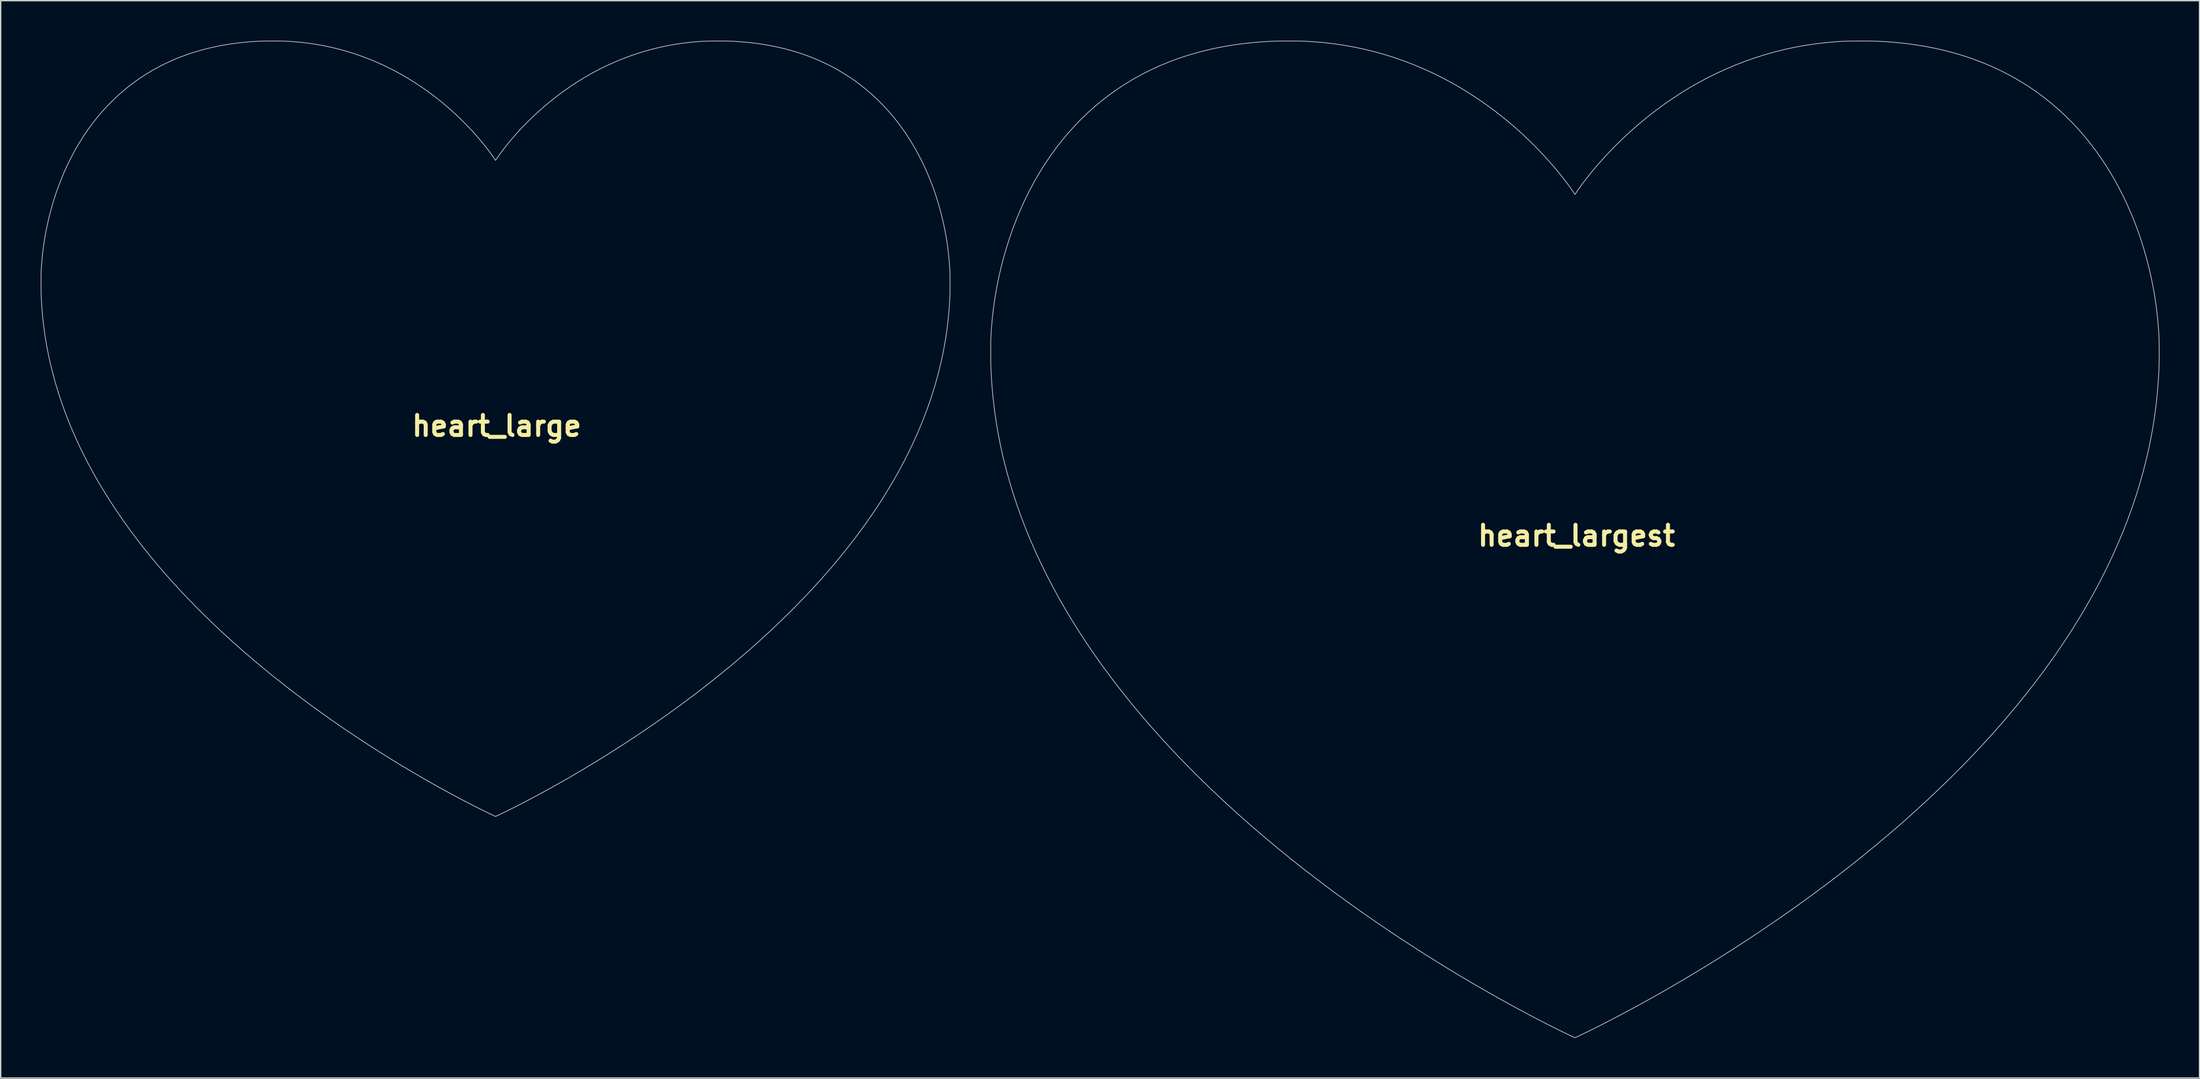
<source format=kicad_pcb>
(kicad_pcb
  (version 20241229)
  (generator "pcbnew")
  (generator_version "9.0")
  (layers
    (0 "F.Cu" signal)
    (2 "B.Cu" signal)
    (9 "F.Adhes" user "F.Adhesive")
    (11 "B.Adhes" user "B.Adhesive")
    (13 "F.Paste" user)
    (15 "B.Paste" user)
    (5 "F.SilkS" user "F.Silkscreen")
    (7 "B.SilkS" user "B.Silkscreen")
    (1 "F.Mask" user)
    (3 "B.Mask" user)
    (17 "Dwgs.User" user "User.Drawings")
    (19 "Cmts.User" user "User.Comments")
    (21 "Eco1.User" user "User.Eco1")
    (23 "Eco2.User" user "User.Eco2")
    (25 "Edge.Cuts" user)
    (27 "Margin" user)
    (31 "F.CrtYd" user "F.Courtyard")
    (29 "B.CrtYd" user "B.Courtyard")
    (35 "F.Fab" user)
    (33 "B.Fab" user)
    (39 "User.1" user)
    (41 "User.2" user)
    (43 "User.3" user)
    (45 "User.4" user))
  (footprint "heart_largest"
    (layer "F.Cu")
    (at 115.092 37.106)
    (property "Reference" "heart_largest" (at 0 0 0) (layer "F.SilkS") (effects (font (size 1.5 1.5) (thickness 0.3))))
    (attr board_only exclude_from_pos_files exclude_from_bom)
    (fp_poly (pts (xy 21.536 -37.08) (xy 21.723 -37.08) (xy 21.89 -37.079) (xy 22.042 -37.078) (xy 22.18 -37.076) (xy 22.309 -37.074) (xy 22.431 -37.07) (xy 22.549 -37.066) (xy 22.665 -37.062) (xy 22.784 -37.056) (xy 22.909 -37.049) (xy 23.041 -37.041) (xy 23.184 -37.032) (xy 23.218 -37.03) (xy 23.997 -36.968) (xy 24.763 -36.886) (xy 25.516 -36.782) (xy 26.255 -36.658) (xy 26.982 -36.512) (xy 27.695 -36.346) (xy 28.395 -36.159) (xy 29.081 -35.951) (xy 29.754 -35.723) (xy 30.413 -35.473) (xy 31.059 -35.203) (xy 31.692 -34.912) (xy 32.31 -34.6) (xy 32.785 -34.342) (xy 33.378 -33.994) (xy 33.957 -33.625) (xy 34.521 -33.237) (xy 35.07 -32.829) (xy 35.605 -32.4) (xy 36.125 -31.952) (xy 36.63 -31.484) (xy 37.12 -30.997) (xy 37.595 -30.49) (xy 38.054 -29.965) (xy 38.498 -29.42) (xy 38.926 -28.856) (xy 39.338 -28.273) (xy 39.734 -27.672) (xy 40.002 -27.24) (xy 40.346 -26.65) (xy 40.677 -26.04) (xy 40.994 -25.413) (xy 41.296 -24.772) (xy 41.582 -24.118) (xy 41.85 -23.455) (xy 42.1 -22.783) (xy 42.331 -22.107) (xy 42.512 -21.527) (xy 42.724 -20.783) (xy 42.914 -20.044) (xy 43.082 -19.309) (xy 43.229 -18.572) (xy 43.355 -17.833) (xy 43.461 -17.088) (xy 43.548 -16.334) (xy 43.615 -15.568) (xy 43.654 -14.988) (xy 43.657 -14.911) (xy 43.66 -14.813) (xy 43.663 -14.695) (xy 43.665 -14.56) (xy 43.667 -14.412) (xy 43.668 -14.252) (xy 43.669 -14.084) (xy 43.67 -13.91) (xy 43.67 -13.733) (xy 43.67 -13.556) (xy 43.669 -13.382) (xy 43.668 -13.212) (xy 43.666 -13.051) (xy 43.664 -12.9) (xy 43.662 -12.763) (xy 43.659 -12.642) (xy 43.656 -12.54) (xy 43.654 -12.482) (xy 43.615 -11.788) (xy 43.567 -11.113) (xy 43.508 -10.453) (xy 43.438 -9.805) (xy 43.357 -9.166) (xy 43.263 -8.531) (xy 43.158 -7.897) (xy 43.039 -7.261) (xy 42.91 -6.627) (xy 42.703 -5.716) (xy 42.471 -4.807) (xy 42.215 -3.897) (xy 41.934 -2.989) (xy 41.628 -2.082) (xy 41.298 -1.176) (xy 40.944 -0.272) (xy 40.565 0.63) (xy 40.163 1.531) (xy 39.736 2.429) (xy 39.286 3.324) (xy 38.811 4.217) (xy 38.519 4.743) (xy 37.996 5.651) (xy 37.447 6.556) (xy 36.874 7.459) (xy 36.277 8.359) (xy 35.655 9.257) (xy 35.009 10.152) (xy 34.338 11.044) (xy 33.643 11.933) (xy 32.925 12.819) (xy 32.182 13.702) (xy 31.415 14.582) (xy 30.624 15.458) (xy 29.81 16.332) (xy 28.972 17.201) (xy 28.11 18.067) (xy 27.225 18.93) (xy 26.317 19.788) (xy 25.385 20.643) (xy 24.43 21.494) (xy 23.451 22.341) (xy 22.45 23.184) (xy 21.425 24.023) (xy 20.378 24.857) (xy 19.743 25.352) (xy 18.661 26.177) (xy 17.556 26.997) (xy 16.431 27.809) (xy 15.287 28.614) (xy 14.126 29.409) (xy 12.95 30.194) (xy 11.76 30.968) (xy 10.56 31.728) (xy 9.35 32.475) (xy 8.133 33.206) (xy 6.91 33.921) (xy 5.683 34.618) (xy 4.455 35.296) (xy 3.226 35.954) (xy 2 36.592) (xy 1.79 36.698) (xy 1.663 36.763) (xy 1.529 36.83) (xy 1.389 36.9) (xy 1.247 36.971) (xy 1.102 37.042) (xy 0.958 37.113) (xy 0.815 37.183) (xy 0.677 37.25) (xy 0.543 37.315) (xy 0.417 37.375) (xy 0.3 37.431) (xy 0.194 37.482) (xy 0.101 37.525) (xy 0.021 37.562) (xy -0.042 37.59) (xy -0.087 37.61) (xy -0.112 37.619) (xy -0.117 37.62) (xy -0.132 37.615) (xy -0.165 37.6) (xy -0.215 37.578) (xy -0.276 37.55) (xy -0.346 37.517) (xy -0.373 37.504) (xy -0.97 37.217) (xy -1.583 36.915) (xy -2.212 36.598) (xy -2.854 36.268) (xy -3.507 35.925) (xy -4.17 35.572) (xy -4.841 35.208) (xy -5.518 34.835) (xy -6.199 34.453) (xy -6.883 34.064) (xy -7.567 33.669) (xy -8.25 33.269) (xy -8.93 32.864) (xy -9.604 32.456) (xy -9.977 32.228) (xy -11.197 31.469) (xy -12.399 30.7) (xy -13.584 29.923) (xy -14.751 29.136) (xy -15.9 28.342) (xy -17.03 27.54) (xy -18.141 26.73) (xy -19.233 25.913) (xy -20.305 25.089) (xy -21.357 24.258) (xy -22.387 23.421) (xy -23.397 22.578) (xy -24.385 21.729) (xy -25.351 20.875) (xy -26.295 20.016) (xy -27.216 19.153) (xy -28.114 18.285) (xy -28.988 17.413) (xy -29.839 16.537) (xy -30.311 16.038) (xy -31.108 15.174) (xy -31.882 14.306) (xy -32.632 13.436) (xy -33.359 12.563) (xy -34.062 11.687) (xy -34.741 10.808) (xy -35.397 9.927) (xy -36.028 9.044) (xy -36.636 8.158) (xy -37.22 7.27) (xy -37.779 6.381) (xy -38.314 5.489) (xy -38.825 4.596) (xy -39.311 3.701) (xy -39.773 2.805) (xy -40.211 1.907) (xy -40.624 1.008) (xy -41.012 0.108) (xy -41.236 -0.441) (xy -41.587 -1.349) (xy -41.912 -2.256) (xy -42.213 -3.163) (xy -42.489 -4.071) (xy -42.741 -4.979) (xy -42.968 -5.888) (xy -43.17 -6.797) (xy -43.347 -7.708) (xy -43.5 -8.62) (xy -43.628 -9.533) (xy -43.732 -10.447) (xy -43.812 -11.363) (xy -43.843 -11.842) (xy -43.853 -12.007) (xy -43.861 -12.157) (xy -43.868 -12.298) (xy -43.874 -12.431) (xy -43.879 -12.56) (xy -43.883 -12.69) (xy -43.887 -12.822) (xy -43.889 -12.961) (xy -43.891 -13.109) (xy -43.892 -13.27) (xy -43.893 -13.448) (xy -43.893 -13.646) (xy -43.893 -13.757) (xy -43.893 -13.957) (xy -43.893 -14.136) (xy -43.892 -14.295) (xy -43.891 -14.439) (xy -43.889 -14.569) (xy -43.887 -14.69) (xy -43.884 -14.803) (xy -43.88 -14.912) (xy -43.875 -15.02) (xy -43.869 -15.13) (xy -43.862 -15.244) (xy -43.854 -15.366) (xy -43.845 -15.498) (xy -43.843 -15.528) (xy -43.777 -16.299) (xy -43.689 -17.068) (xy -43.579 -17.836) (xy -43.447 -18.6) (xy -43.294 -19.36) (xy -43.121 -20.114) (xy -42.926 -20.861) (xy -42.712 -21.6) (xy -42.478 -22.331) (xy -42.225 -23.051) (xy -41.953 -23.759) (xy -41.662 -24.454) (xy -41.353 -25.136) (xy -41.025 -25.803) (xy -40.68 -26.453) (xy -40.519 -26.741) (xy -40.147 -27.369) (xy -39.76 -27.979) (xy -39.356 -28.57) (xy -38.936 -29.143) (xy -38.5 -29.696) (xy -38.049 -30.231) (xy -37.582 -30.747) (xy -37.1 -31.244) (xy -36.603 -31.721) (xy -36.09 -32.179) (xy -35.563 -32.617) (xy -35.021 -33.035) (xy -34.464 -33.434) (xy -33.893 -33.812) (xy -33.307 -34.17) (xy -33.009 -34.342) (xy -32.401 -34.67) (xy -31.779 -34.977) (xy -31.144 -35.263) (xy -30.495 -35.529) (xy -29.833 -35.774) (xy -29.157 -35.998) (xy -28.468 -36.201) (xy -27.765 -36.384) (xy -27.049 -36.546) (xy -26.32 -36.686) (xy -25.577 -36.806) (xy -24.822 -36.905) (xy -24.053 -36.983) (xy -23.442 -37.03) (xy -23.296 -37.039) (xy -23.161 -37.047) (xy -23.036 -37.054) (xy -22.916 -37.06) (xy -22.799 -37.065) (xy -22.681 -37.07) (xy -22.561 -37.073) (xy -22.434 -37.076) (xy -22.298 -37.078) (xy -22.149 -37.079) (xy -21.986 -37.08) (xy -21.804 -37.08) (xy -21.601 -37.081) (xy -21.552 -37.081) (xy -21.35 -37.08) (xy -21.171 -37.08) (xy -21.01 -37.079) (xy -20.865 -37.078) (xy -20.734 -37.077) (xy -20.614 -37.074) (xy -20.5 -37.072) (xy -20.392 -37.068) (xy -20.285 -37.064) (xy -20.177 -37.058) (xy -20.065 -37.052) (xy -19.946 -37.045) (xy -19.817 -37.036) (xy -19.724 -37.03) (xy -18.94 -36.964) (xy -18.161 -36.873) (xy -17.388 -36.758) (xy -16.62 -36.62) (xy -15.859 -36.457) (xy -15.103 -36.27) (xy -14.354 -36.06) (xy -13.612 -35.826) (xy -12.877 -35.568) (xy -12.149 -35.287) (xy -11.428 -34.982) (xy -10.715 -34.655) (xy -10.009 -34.304) (xy -9.312 -33.929) (xy -8.623 -33.532) (xy -7.943 -33.112) (xy -7.272 -32.669) (xy -6.609 -32.204) (xy -5.956 -31.715) (xy -5.313 -31.205) (xy -5.287 -31.183) (xy -4.71 -30.697) (xy -4.14 -30.189) (xy -3.58 -29.663) (xy -3.033 -29.122) (xy -2.503 -28.568) (xy -1.992 -28.005) (xy -1.578 -27.526) (xy -1.413 -27.327) (xy -1.246 -27.123) (xy -1.081 -26.915) (xy -0.919 -26.707) (xy -0.763 -26.502) (xy -0.614 -26.302) (xy -0.475 -26.111) (xy -0.347 -25.93) (xy -0.233 -25.764) (xy -0.18 -25.683) (xy -0.152 -25.641) (xy -0.13 -25.608) (xy -0.115 -25.589) (xy -0.112 -25.587) (xy -0.103 -25.597) (xy -0.084 -25.623) (xy -0.058 -25.66) (xy -0.044 -25.683) (xy 0.062 -25.841) (xy 0.182 -26.015) (xy 0.316 -26.201) (xy 0.46 -26.397) (xy 0.613 -26.599) (xy 0.772 -26.806) (xy 0.936 -27.014) (xy 1.102 -27.221) (xy 1.268 -27.423) (xy 1.354 -27.526) (xy 1.868 -28.119) (xy 2.4 -28.698) (xy 2.948 -29.263) (xy 3.513 -29.813) (xy 4.092 -30.347) (xy 4.685 -30.865) (xy 5.29 -31.365) (xy 5.908 -31.848) (xy 6.536 -32.311) (xy 7.173 -32.754) (xy 7.82 -33.177) (xy 8.473 -33.578) (xy 9.134 -33.957) (xy 9.8 -34.313) (xy 10.47 -34.645) (xy 10.481 -34.651) (xy 11.204 -34.981) (xy 11.93 -35.288) (xy 12.659 -35.569) (xy 13.393 -35.827) (xy 14.13 -36.06) (xy 14.873 -36.269) (xy 15.62 -36.455) (xy 16.374 -36.616) (xy 17.134 -36.754) (xy 17.901 -36.868) (xy 18.675 -36.959) (xy 18.898 -36.98) (xy 19.094 -36.998) (xy 19.277 -37.014) (xy 19.449 -37.028) (xy 19.614 -37.039) (xy 19.775 -37.049) (xy 19.935 -37.058) (xy 20.097 -37.064) (xy 20.265 -37.07) (xy 20.441 -37.074) (xy 20.629 -37.077) (xy 20.832 -37.079) (xy 21.053 -37.08) (xy 21.296 -37.081) (xy 21.328 -37.081)) (stroke (width 0.05) (type solid)) (fill no) (layer "Edge.Cuts")))
  (footprint "heart_large"
    (layer "F.Cu")
    (at 34.174 28.873)
    (property "Reference" "heart_large" (at 0 0 0) (layer "F.SilkS") (effects (font (size 1.5 1.5) (thickness 0.3))))
    (attr board_only exclude_from_pos_files exclude_from_bom)
    (fp_poly (pts (xy 16.755 -28.848) (xy 16.9 -28.848) (xy 17.03 -28.847) (xy 17.148 -28.846) (xy 17.256 -28.845) (xy 17.356 -28.843) (xy 17.451 -28.84) (xy 17.542 -28.837) (xy 17.633 -28.834) (xy 17.726 -28.829) (xy 17.823 -28.824) (xy 17.925 -28.818) (xy 18.037 -28.811) (xy 18.063 -28.809) (xy 18.669 -28.761) (xy 19.265 -28.697) (xy 19.851 -28.616) (xy 20.426 -28.519) (xy 20.992 -28.406) (xy 21.546 -28.277) (xy 22.091 -28.131) (xy 22.625 -27.97) (xy 23.148 -27.792) (xy 23.661 -27.598) (xy 24.164 -27.388) (xy 24.656 -27.161) (xy 25.137 -26.919) (xy 25.506 -26.717) (xy 25.968 -26.447) (xy 26.418 -26.16) (xy 26.857 -25.858) (xy 27.284 -25.54) (xy 27.7 -25.207) (xy 28.105 -24.858) (xy 28.498 -24.494) (xy 28.879 -24.115) (xy 29.248 -23.721) (xy 29.606 -23.312) (xy 29.951 -22.888) (xy 30.284 -22.45) (xy 30.605 -21.996) (xy 30.913 -21.529) (xy 31.121 -21.192) (xy 31.389 -20.733) (xy 31.647 -20.259) (xy 31.893 -19.771) (xy 32.128 -19.272) (xy 32.35 -18.764) (xy 32.559 -18.247) (xy 32.754 -17.725) (xy 32.933 -17.199) (xy 33.074 -16.748) (xy 33.239 -16.169) (xy 33.386 -15.594) (xy 33.517 -15.022) (xy 33.632 -14.449) (xy 33.73 -13.874) (xy 33.812 -13.294) (xy 33.88 -12.708) (xy 33.932 -12.112) (xy 33.962 -11.66) (xy 33.965 -11.601) (xy 33.967 -11.524) (xy 33.969 -11.432) (xy 33.971 -11.328) (xy 33.972 -11.212) (xy 33.973 -11.088) (xy 33.974 -10.957) (xy 33.975 -10.822) (xy 33.975 -10.684) (xy 33.974 -10.547) (xy 33.974 -10.411) (xy 33.973 -10.279) (xy 33.972 -10.154) (xy 33.97 -10.036) (xy 33.969 -9.93) (xy 33.966 -9.835) (xy 33.964 -9.756) (xy 33.962 -9.711) (xy 33.932 -9.171) (xy 33.895 -8.645) (xy 33.849 -8.132) (xy 33.794 -7.628) (xy 33.731 -7.131) (xy 33.658 -6.637) (xy 33.576 -6.144) (xy 33.484 -5.649) (xy 33.383 -5.155) (xy 33.222 -4.447) (xy 33.042 -3.739) (xy 32.843 -3.032) (xy 32.624 -2.326) (xy 32.386 -1.62) (xy 32.13 -0.915) (xy 31.854 -0.212) (xy 31.56 0.49) (xy 31.246 1.191) (xy 30.914 1.889) (xy 30.564 2.586) (xy 30.195 3.281) (xy 29.968 3.69) (xy 29.56 4.396) (xy 29.134 5.101) (xy 28.688 5.803) (xy 28.223 6.503) (xy 27.739 7.202) (xy 27.236 7.898) (xy 26.715 8.592) (xy 26.174 9.284) (xy 25.615 9.973) (xy 25.037 10.66) (xy 24.441 11.345) (xy 23.825 12.026) (xy 23.192 12.706) (xy 22.54 13.382) (xy 21.87 14.056) (xy 21.181 14.727) (xy 20.474 15.395) (xy 19.749 16.06) (xy 19.006 16.722) (xy 18.245 17.381) (xy 17.466 18.037) (xy 16.669 18.689) (xy 15.854 19.338) (xy 15.36 19.723) (xy 14.518 20.365) (xy 13.659 21.003) (xy 12.783 21.635) (xy 11.893 22.261) (xy 10.99 22.88) (xy 10.075 23.491) (xy 9.149 24.093) (xy 8.215 24.684) (xy 7.274 25.265) (xy 6.327 25.834) (xy 5.376 26.39) (xy 4.421 26.932) (xy 3.466 27.46) (xy 2.51 27.972) (xy 1.556 28.468) (xy 1.393 28.551) (xy 1.294 28.601) (xy 1.189 28.654) (xy 1.081 28.708) (xy 0.97 28.763) (xy 0.857 28.818) (xy 0.745 28.874) (xy 0.634 28.928) (xy 0.526 28.98) (xy 0.423 29.03) (xy 0.325 29.078) (xy 0.234 29.121) (xy 0.151 29.16) (xy 0.078 29.194) (xy 0.017 29.223) (xy -0.032 29.245) (xy -0.068 29.26) (xy -0.087 29.268) (xy -0.091 29.268) (xy -0.102 29.264) (xy -0.129 29.253) (xy -0.167 29.235) (xy -0.215 29.213) (xy -0.269 29.188) (xy -0.29 29.178) (xy -0.754 28.954) (xy -1.232 28.719) (xy -1.721 28.473) (xy -2.22 28.216) (xy -2.728 27.95) (xy -3.244 27.674) (xy -3.766 27.391) (xy -4.293 27.101) (xy -4.823 26.804) (xy -5.355 26.502) (xy -5.887 26.194) (xy -6.418 25.883) (xy -6.947 25.568) (xy -7.472 25.251) (xy -7.762 25.073) (xy -8.711 24.482) (xy -9.646 23.884) (xy -10.568 23.279) (xy -11.476 22.668) (xy -12.37 22.05) (xy -13.249 21.426) (xy -14.114 20.796) (xy -14.963 20.16) (xy -15.797 19.519) (xy -16.615 18.872) (xy -17.417 18.221) (xy -18.203 17.565) (xy -18.971 16.905) (xy -19.723 16.241) (xy -20.457 15.572) (xy -21.174 14.901) (xy -21.873 14.225) (xy -22.553 13.547) (xy -23.214 12.866) (xy -23.582 12.478) (xy -24.202 11.805) (xy -24.804 11.13) (xy -25.388 10.453) (xy -25.953 9.774) (xy -26.5 9.092) (xy -27.028 8.409) (xy -27.538 7.723) (xy -28.03 7.036) (xy -28.502 6.347) (xy -28.956 5.656) (xy -29.392 4.964) (xy -29.808 4.271) (xy -30.205 3.576) (xy -30.584 2.879) (xy -30.943 2.182) (xy -31.284 1.484) (xy -31.605 0.784) (xy -31.907 0.084) (xy -32.081 -0.343) (xy -32.354 -1.049) (xy -32.607 -1.755) (xy -32.841 -2.461) (xy -33.056 -3.167) (xy -33.252 -3.874) (xy -33.428 -4.581) (xy -33.586 -5.288) (xy -33.724 -5.997) (xy -33.843 -6.706) (xy -33.942 -7.416) (xy -34.023 -8.128) (xy -34.085 -8.84) (xy -34.11 -9.213) (xy -34.117 -9.341) (xy -34.124 -9.458) (xy -34.129 -9.567) (xy -34.134 -9.671) (xy -34.138 -9.772) (xy -34.141 -9.872) (xy -34.143 -9.975) (xy -34.145 -10.083) (xy -34.147 -10.199) (xy -34.148 -10.324) (xy -34.148 -10.462) (xy -34.149 -10.616) (xy -34.149 -10.703) (xy -34.149 -10.859) (xy -34.148 -10.997) (xy -34.148 -11.122) (xy -34.147 -11.233) (xy -34.145 -11.335) (xy -34.143 -11.428) (xy -34.141 -11.517) (xy -34.138 -11.601) (xy -34.134 -11.685) (xy -34.13 -11.771) (xy -34.124 -11.86) (xy -34.118 -11.954) (xy -34.111 -12.057) (xy -34.109 -12.081) (xy -34.058 -12.68) (xy -33.989 -13.279) (xy -33.904 -13.876) (xy -33.801 -14.47) (xy -33.682 -15.062) (xy -33.547 -15.648) (xy -33.396 -16.23) (xy -33.23 -16.805) (xy -33.048 -17.373) (xy -32.851 -17.933) (xy -32.639 -18.484) (xy -32.413 -19.025) (xy -32.172 -19.556) (xy -31.917 -20.074) (xy -31.649 -20.58) (xy -31.523 -20.804) (xy -31.234 -21.293) (xy -30.933 -21.767) (xy -30.618 -22.227) (xy -30.292 -22.673) (xy -29.953 -23.104) (xy -29.602 -23.52) (xy -29.239 -23.921) (xy -28.863 -24.307) (xy -28.476 -24.679) (xy -28.078 -25.035) (xy -27.668 -25.376) (xy -27.246 -25.701) (xy -26.813 -26.011) (xy -26.368 -26.306) (xy -25.912 -26.584) (xy -25.681 -26.717) (xy -25.208 -26.973) (xy -24.724 -27.212) (xy -24.23 -27.435) (xy -23.725 -27.641) (xy -23.21 -27.832) (xy -22.684 -28.006) (xy -22.148 -28.164) (xy -21.601 -28.306) (xy -21.044 -28.432) (xy -20.477 -28.542) (xy -19.899 -28.635) (xy -19.311 -28.712) (xy -18.713 -28.773) (xy -18.238 -28.809) (xy -18.124 -28.816) (xy -18.019 -28.823) (xy -17.922 -28.828) (xy -17.828 -28.833) (xy -17.737 -28.837) (xy -17.646 -28.84) (xy -17.552 -28.842) (xy -17.453 -28.844) (xy -17.347 -28.846) (xy -17.232 -28.847) (xy -17.105 -28.848) (xy -16.963 -28.848) (xy -16.805 -28.848) (xy -16.767 -28.848) (xy -16.61 -28.848) (xy -16.471 -28.848) (xy -16.346 -28.847) (xy -16.233 -28.846) (xy -16.131 -28.845) (xy -16.037 -28.844) (xy -15.949 -28.841) (xy -15.864 -28.839) (xy -15.781 -28.835) (xy -15.697 -28.831) (xy -15.61 -28.826) (xy -15.517 -28.82) (xy -15.417 -28.814) (xy -15.345 -28.809) (xy -14.735 -28.757) (xy -14.129 -28.687) (xy -13.528 -28.598) (xy -12.931 -28.49) (xy -12.338 -28.363) (xy -11.75 -28.218) (xy -11.168 -28.054) (xy -10.59 -27.872) (xy -10.018 -27.672) (xy -9.452 -27.453) (xy -8.891 -27.216) (xy -8.336 -26.961) (xy -7.787 -26.688) (xy -7.245 -26.397) (xy -6.709 -26.088) (xy -6.18 -25.761) (xy -5.657 -25.416) (xy -5.142 -25.054) (xy -4.634 -24.674) (xy -4.133 -24.277) (xy -4.113 -24.26) (xy -3.664 -23.882) (xy -3.221 -23.487) (xy -2.785 -23.078) (xy -2.36 -22.657) (xy -1.947 -22.226) (xy -1.549 -21.788) (xy -1.228 -21.415) (xy -1.099 -21.26) (xy -0.97 -21.101) (xy -0.841 -20.94) (xy -0.715 -20.778) (xy -0.593 -20.618) (xy -0.478 -20.463) (xy -0.369 -20.314) (xy -0.27 -20.174) (xy -0.182 -20.044) (xy -0.14 -19.981) (xy -0.119 -19.948) (xy -0.101 -19.923) (xy -0.09 -19.908) (xy -0.087 -19.906) (xy -0.08 -19.914) (xy -0.065 -19.934) (xy -0.045 -19.963) (xy -0.034 -19.981) (xy 0.048 -20.104) (xy 0.142 -20.239) (xy 0.246 -20.384) (xy 0.358 -20.536) (xy 0.477 -20.694) (xy 0.601 -20.855) (xy 0.728 -21.017) (xy 0.857 -21.177) (xy 0.986 -21.335) (xy 1.053 -21.415) (xy 1.453 -21.876) (xy 1.867 -22.327) (xy 2.294 -22.766) (xy 2.733 -23.194) (xy 3.183 -23.61) (xy 3.645 -24.013) (xy 4.116 -24.402) (xy 4.596 -24.777) (xy 5.085 -25.137) (xy 5.581 -25.482) (xy 6.084 -25.811) (xy 6.592 -26.123) (xy 7.106 -26.418) (xy 7.624 -26.695) (xy 8.146 -26.954) (xy 8.154 -26.958) (xy 8.717 -27.215) (xy 9.281 -27.453) (xy 9.849 -27.673) (xy 10.419 -27.873) (xy 10.993 -28.054) (xy 11.571 -28.217) (xy 12.153 -28.361) (xy 12.739 -28.487) (xy 13.33 -28.594) (xy 13.927 -28.683) (xy 14.529 -28.754) (xy 14.702 -28.77) (xy 14.855 -28.784) (xy 14.997 -28.797) (xy 15.131 -28.807) (xy 15.26 -28.816) (xy 15.385 -28.824) (xy 15.509 -28.83) (xy 15.636 -28.836) (xy 15.766 -28.84) (xy 15.903 -28.843) (xy 16.049 -28.845) (xy 16.207 -28.847) (xy 16.379 -28.848) (xy 16.568 -28.848) (xy 16.593 -28.848)) (stroke (width 0.05) (type solid)) (fill no) (layer "Edge.Cuts")))
  (gr_rect
    (start -3 -3)
    (end 161.786 77.751)
    (stroke (width 0.1) (type default))
    (fill no)
    (layer "Edge.Cuts")))
</source>
